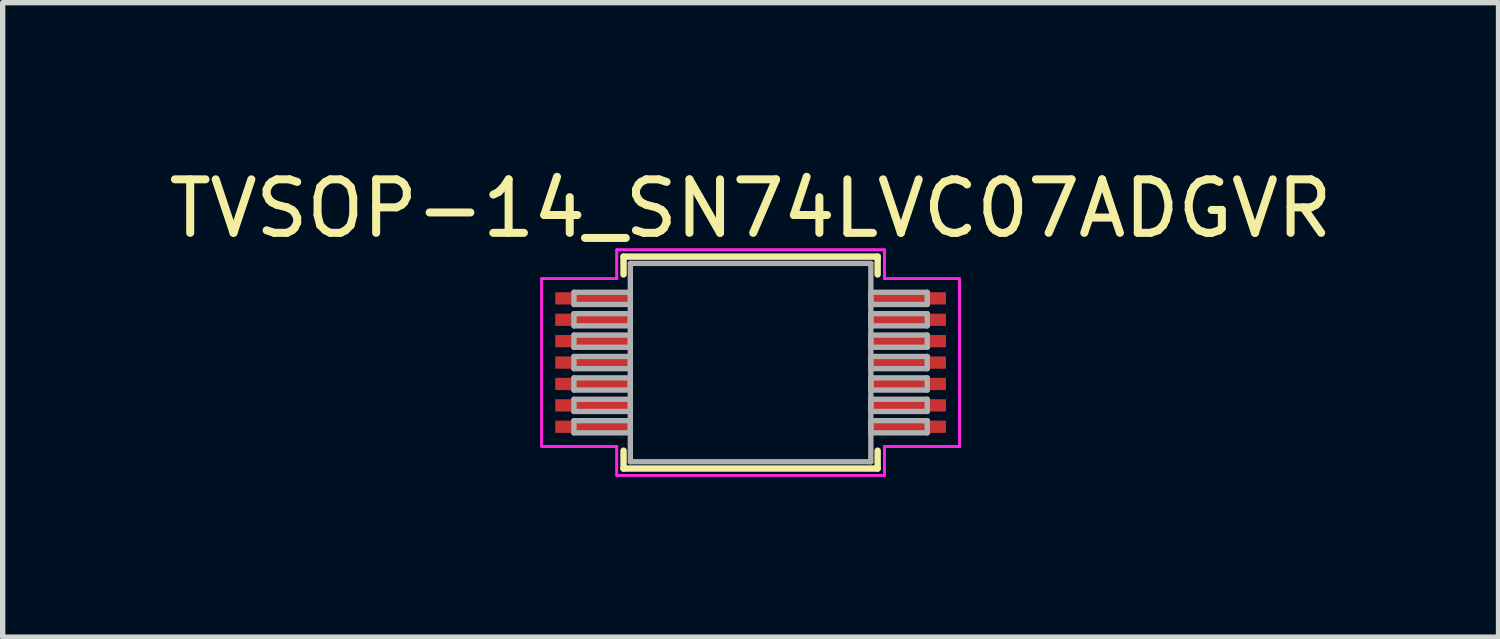
<source format=kicad_pcb>
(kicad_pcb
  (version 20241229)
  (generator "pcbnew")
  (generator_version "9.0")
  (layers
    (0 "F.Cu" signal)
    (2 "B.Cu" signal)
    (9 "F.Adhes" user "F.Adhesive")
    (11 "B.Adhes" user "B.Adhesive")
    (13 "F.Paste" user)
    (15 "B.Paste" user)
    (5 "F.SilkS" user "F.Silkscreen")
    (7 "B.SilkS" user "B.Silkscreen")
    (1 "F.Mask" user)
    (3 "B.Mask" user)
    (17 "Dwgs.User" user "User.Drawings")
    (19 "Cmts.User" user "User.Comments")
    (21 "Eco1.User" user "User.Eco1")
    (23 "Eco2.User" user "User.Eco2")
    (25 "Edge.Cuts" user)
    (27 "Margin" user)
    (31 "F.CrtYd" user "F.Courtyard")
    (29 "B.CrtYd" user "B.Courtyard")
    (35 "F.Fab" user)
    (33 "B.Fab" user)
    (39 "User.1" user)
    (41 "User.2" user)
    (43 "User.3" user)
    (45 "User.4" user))
  (footprint "TVSOP-14_SN74LVC07ADGVR"
    (layer "F.Cu")
    (at 10.982 3.728)
    (property "Reference" "TVSOP-14_SN74LVC07ADGVR" (at 0 -2.88 0) (layer "F.SilkS") (effects (font (size 1 1) (thickness 0.15))))
    (attr through_hole)
    (fp_line (start -2.375 -1.981) (end -2.375 -1.647) (stroke (width 0.12) (type solid)) (layer "F.SilkS"))
    (fp_line (start -2.375 1.647) (end -2.375 1.981) (stroke (width 0.12) (type solid)) (layer "F.SilkS"))
    (fp_line (start -2.375 1.981) (end 2.375 1.981) (stroke (width 0.12) (type solid)) (layer "F.SilkS"))
    (fp_line (start 2.375 -1.981) (end -2.375 -1.981) (stroke (width 0.12) (type solid)) (layer "F.SilkS"))
    (fp_line (start 2.375 -1.647) (end 2.375 -1.981) (stroke (width 0.12) (type solid)) (layer "F.SilkS"))
    (fp_line (start 2.375 1.981) (end 2.375 1.647) (stroke (width 0.12) (type solid)) (layer "F.SilkS"))
    (fp_line (start -3.906 -1.568) (end -2.502 -1.568) (stroke (width 0.05) (type solid)) (layer "F.CrtYd"))
    (fp_line (start -3.906 -1.568) (end -2.502 -1.568) (stroke (width 0.05) (type solid)) (layer "F.CrtYd"))
    (fp_line (start -3.906 1.568) (end -3.906 -1.568) (stroke (width 0.05) (type solid)) (layer "F.CrtYd"))
    (fp_line (start -3.906 1.568) (end -3.906 -1.568) (stroke (width 0.05) (type solid)) (layer "F.CrtYd"))
    (fp_line (start -3.906 1.568) (end -2.502 1.568) (stroke (width 0.05) (type solid)) (layer "F.CrtYd"))
    (fp_line (start -2.502 -2.108) (end 2.502 -2.108) (stroke (width 0.05) (type solid)) (layer "F.CrtYd"))
    (fp_line (start -2.502 -2.108) (end 2.502 -2.108) (stroke (width 0.05) (type solid)) (layer "F.CrtYd"))
    (fp_line (start -2.502 -1.568) (end -2.502 -2.108) (stroke (width 0.05) (type solid)) (layer "F.CrtYd"))
    (fp_line (start -2.502 -1.568) (end -2.502 -2.108) (stroke (width 0.05) (type solid)) (layer "F.CrtYd"))
    (fp_line (start -2.502 1.568) (end -3.906 1.568) (stroke (width 0.05) (type solid)) (layer "F.CrtYd"))
    (fp_line (start -2.502 2.108) (end -2.502 1.568) (stroke (width 0.05) (type solid)) (layer "F.CrtYd"))
    (fp_line (start -2.502 2.108) (end -2.502 1.568) (stroke (width 0.05) (type solid)) (layer "F.CrtYd"))
    (fp_line (start 2.502 -2.108) (end 2.502 -1.568) (stroke (width 0.05) (type solid)) (layer "F.CrtYd"))
    (fp_line (start 2.502 -2.108) (end 2.502 -1.568) (stroke (width 0.05) (type solid)) (layer "F.CrtYd"))
    (fp_line (start 2.502 -1.568) (end 3.906 -1.568) (stroke (width 0.05) (type solid)) (layer "F.CrtYd"))
    (fp_line (start 2.502 1.568) (end 2.502 2.108) (stroke (width 0.05) (type solid)) (layer "F.CrtYd"))
    (fp_line (start 2.502 1.568) (end 2.502 2.108) (stroke (width 0.05) (type solid)) (layer "F.CrtYd"))
    (fp_line (start 2.502 2.108) (end -2.502 2.108) (stroke (width 0.05) (type solid)) (layer "F.CrtYd"))
    (fp_line (start 2.502 2.108) (end -2.502 2.108) (stroke (width 0.05) (type solid)) (layer "F.CrtYd"))
    (fp_line (start 3.906 -1.568) (end 2.502 -1.568) (stroke (width 0.05) (type solid)) (layer "F.CrtYd"))
    (fp_line (start 3.906 -1.568) (end 3.906 1.568) (stroke (width 0.05) (type solid)) (layer "F.CrtYd"))
    (fp_line (start 3.906 -1.568) (end 3.906 1.568) (stroke (width 0.05) (type solid)) (layer "F.CrtYd"))
    (fp_line (start 3.906 1.568) (end 2.502 1.568) (stroke (width 0.05) (type solid)) (layer "F.CrtYd"))
    (fp_line (start 3.906 1.568) (end 2.502 1.568) (stroke (width 0.05) (type solid)) (layer "F.CrtYd"))
    (fp_line (start -3.302 -1.314) (end -3.302 -1.086) (stroke (width 0.1) (type solid)) (layer "F.Fab"))
    (fp_line (start -3.302 -1.086) (end -2.248 -1.086) (stroke (width 0.1) (type solid)) (layer "F.Fab"))
    (fp_line (start -3.302 -0.914) (end -3.302 -0.686) (stroke (width 0.1) (type solid)) (layer "F.Fab"))
    (fp_line (start -3.302 -0.686) (end -2.248 -0.686) (stroke (width 0.1) (type solid)) (layer "F.Fab"))
    (fp_line (start -3.302 -0.514) (end -3.302 -0.286) (stroke (width 0.1) (type solid)) (layer "F.Fab"))
    (fp_line (start -3.302 -0.286) (end -2.248 -0.286) (stroke (width 0.1) (type solid)) (layer "F.Fab"))
    (fp_line (start -3.302 -0.114) (end -3.302 0.114) (stroke (width 0.1) (type solid)) (layer "F.Fab"))
    (fp_line (start -3.302 0.114) (end -2.248 0.114) (stroke (width 0.1) (type solid)) (layer "F.Fab"))
    (fp_line (start -3.302 0.286) (end -3.302 0.514) (stroke (width 0.1) (type solid)) (layer "F.Fab"))
    (fp_line (start -3.302 0.514) (end -2.248 0.514) (stroke (width 0.1) (type solid)) (layer "F.Fab"))
    (fp_line (start -3.302 0.686) (end -3.302 0.914) (stroke (width 0.1) (type solid)) (layer "F.Fab"))
    (fp_line (start -3.302 0.914) (end -2.248 0.914) (stroke (width 0.1) (type solid)) (layer "F.Fab"))
    (fp_line (start -3.302 1.086) (end -3.302 1.314) (stroke (width 0.1) (type solid)) (layer "F.Fab"))
    (fp_line (start -3.302 1.314) (end -2.248 1.314) (stroke (width 0.1) (type solid)) (layer "F.Fab"))
    (fp_line (start -2.248 -1.854) (end -2.248 1.854) (stroke (width 0.1) (type solid)) (layer "F.Fab"))
    (fp_line (start -2.248 -1.314) (end -3.302 -1.314) (stroke (width 0.1) (type solid)) (layer "F.Fab"))
    (fp_line (start -2.248 -1.086) (end -2.248 -1.314) (stroke (width 0.1) (type solid)) (layer "F.Fab"))
    (fp_line (start -2.248 -0.914) (end -3.302 -0.914) (stroke (width 0.1) (type solid)) (layer "F.Fab"))
    (fp_line (start -2.248 -0.686) (end -2.248 -0.914) (stroke (width 0.1) (type solid)) (layer "F.Fab"))
    (fp_line (start -2.248 -0.514) (end -3.302 -0.514) (stroke (width 0.1) (type solid)) (layer "F.Fab"))
    (fp_line (start -2.248 -0.286) (end -2.248 -0.514) (stroke (width 0.1) (type solid)) (layer "F.Fab"))
    (fp_line (start -2.248 -0.114) (end -3.302 -0.114) (stroke (width 0.1) (type solid)) (layer "F.Fab"))
    (fp_line (start -2.248 0.114) (end -2.248 -0.114) (stroke (width 0.1) (type solid)) (layer "F.Fab"))
    (fp_line (start -2.248 0.286) (end -3.302 0.286) (stroke (width 0.1) (type solid)) (layer "F.Fab"))
    (fp_line (start -2.248 0.514) (end -2.248 0.286) (stroke (width 0.1) (type solid)) (layer "F.Fab"))
    (fp_line (start -2.248 0.686) (end -3.302 0.686) (stroke (width 0.1) (type solid)) (layer "F.Fab"))
    (fp_line (start -2.248 0.914) (end -2.248 0.686) (stroke (width 0.1) (type solid)) (layer "F.Fab"))
    (fp_line (start -2.248 1.086) (end -3.302 1.086) (stroke (width 0.1) (type solid)) (layer "F.Fab"))
    (fp_line (start -2.248 1.314) (end -2.248 1.086) (stroke (width 0.1) (type solid)) (layer "F.Fab"))
    (fp_line (start -2.248 1.854) (end 2.248 1.854) (stroke (width 0.1) (type solid)) (layer "F.Fab"))
    (fp_line (start 2.248 -1.854) (end -2.248 -1.854) (stroke (width 0.1) (type solid)) (layer "F.Fab"))
    (fp_line (start 2.248 -1.314) (end 2.248 -1.086) (stroke (width 0.1) (type solid)) (layer "F.Fab"))
    (fp_line (start 2.248 -1.086) (end 3.302 -1.086) (stroke (width 0.1) (type solid)) (layer "F.Fab"))
    (fp_line (start 2.248 -0.914) (end 2.248 -0.686) (stroke (width 0.1) (type solid)) (layer "F.Fab"))
    (fp_line (start 2.248 -0.686) (end 3.302 -0.686) (stroke (width 0.1) (type solid)) (layer "F.Fab"))
    (fp_line (start 2.248 -0.514) (end 2.248 -0.286) (stroke (width 0.1) (type solid)) (layer "F.Fab"))
    (fp_line (start 2.248 -0.286) (end 3.302 -0.286) (stroke (width 0.1) (type solid)) (layer "F.Fab"))
    (fp_line (start 2.248 -0.114) (end 2.248 0.114) (stroke (width 0.1) (type solid)) (layer "F.Fab"))
    (fp_line (start 2.248 0.114) (end 3.302 0.114) (stroke (width 0.1) (type solid)) (layer "F.Fab"))
    (fp_line (start 2.248 0.286) (end 2.248 0.514) (stroke (width 0.1) (type solid)) (layer "F.Fab"))
    (fp_line (start 2.248 0.514) (end 3.302 0.514) (stroke (width 0.1) (type solid)) (layer "F.Fab"))
    (fp_line (start 2.248 0.686) (end 2.248 0.914) (stroke (width 0.1) (type solid)) (layer "F.Fab"))
    (fp_line (start 2.248 0.914) (end 3.302 0.914) (stroke (width 0.1) (type solid)) (layer "F.Fab"))
    (fp_line (start 2.248 1.086) (end 2.248 1.314) (stroke (width 0.1) (type solid)) (layer "F.Fab"))
    (fp_line (start 2.248 1.314) (end 3.302 1.314) (stroke (width 0.1) (type solid)) (layer "F.Fab"))
    (fp_line (start 2.248 1.854) (end 2.248 -1.854) (stroke (width 0.1) (type solid)) (layer "F.Fab"))
    (fp_line (start 3.302 -1.314) (end 2.248 -1.314) (stroke (width 0.1) (type solid)) (layer "F.Fab"))
    (fp_line (start 3.302 -1.086) (end 3.302 -1.314) (stroke (width 0.1) (type solid)) (layer "F.Fab"))
    (fp_line (start 3.302 -0.914) (end 2.248 -0.914) (stroke (width 0.1) (type solid)) (layer "F.Fab"))
    (fp_line (start 3.302 -0.686) (end 3.302 -0.914) (stroke (width 0.1) (type solid)) (layer "F.Fab"))
    (fp_line (start 3.302 -0.514) (end 2.248 -0.514) (stroke (width 0.1) (type solid)) (layer "F.Fab"))
    (fp_line (start 3.302 -0.286) (end 3.302 -0.514) (stroke (width 0.1) (type solid)) (layer "F.Fab"))
    (fp_line (start 3.302 -0.114) (end 2.248 -0.114) (stroke (width 0.1) (type solid)) (layer "F.Fab"))
    (fp_line (start 3.302 0.114) (end 3.302 -0.114) (stroke (width 0.1) (type solid)) (layer "F.Fab"))
    (fp_line (start 3.302 0.286) (end 2.248 0.286) (stroke (width 0.1) (type solid)) (layer "F.Fab"))
    (fp_line (start 3.302 0.514) (end 3.302 0.286) (stroke (width 0.1) (type solid)) (layer "F.Fab"))
    (fp_line (start 3.302 0.686) (end 2.248 0.686) (stroke (width 0.1) (type solid)) (layer "F.Fab"))
    (fp_line (start 3.302 0.914) (end 3.302 0.686) (stroke (width 0.1) (type solid)) (layer "F.Fab"))
    (fp_line (start 3.302 1.086) (end 2.248 1.086) (stroke (width 0.1) (type solid)) (layer "F.Fab"))
    (fp_line (start 3.302 1.314) (end 3.302 1.086) (stroke (width 0.1) (type solid)) (layer "F.Fab"))
    (pad "1" smd rect (at -2.95 -1.2) (size 1.404 0.229) (layers "F.Cu" "F.Mask" "F.Paste"))
    (pad "2" smd rect (at -2.95 -0.8) (size 1.404 0.229) (layers "F.Cu" "F.Mask" "F.Paste"))
    (pad "3" smd rect (at -2.95 -0.4) (size 1.404 0.229) (layers "F.Cu" "F.Mask" "F.Paste"))
    (pad "4" smd rect (at -2.95 0) (size 1.404 0.229) (layers "F.Cu" "F.Mask" "F.Paste"))
    (pad "5" smd rect (at -2.95 0.4) (size 1.404 0.229) (layers "F.Cu" "F.Mask" "F.Paste"))
    (pad "6" smd rect (at -2.95 0.8) (size 1.404 0.229) (layers "F.Cu" "F.Mask" "F.Paste"))
    (pad "7" smd rect (at -2.95 1.2) (size 1.404 0.229) (layers "F.Cu" "F.Mask" "F.Paste"))
    (pad "8" smd rect (at 2.95 1.2) (size 1.404 0.229) (layers "F.Cu" "F.Mask" "F.Paste"))
    (pad "9" smd rect (at 2.95 0.8) (size 1.404 0.229) (layers "F.Cu" "F.Mask" "F.Paste"))
    (pad "10" smd rect (at 2.95 0.4) (size 1.404 0.229) (layers "F.Cu" "F.Mask" "F.Paste"))
    (pad "11" smd rect (at 2.95 0) (size 1.404 0.229) (layers "F.Cu" "F.Mask" "F.Paste"))
    (pad "12" smd rect (at 2.95 -0.4) (size 1.404 0.229) (layers "F.Cu" "F.Mask" "F.Paste"))
    (pad "13" smd rect (at 2.95 -0.8) (size 1.404 0.229) (layers "F.Cu" "F.Mask" "F.Paste"))
    (pad "14" smd rect (at 2.95 -1.2) (size 1.404 0.229) (layers "F.Cu" "F.Mask" "F.Paste")))
  (gr_rect
    (start -3 -3)
    (end 24.964 8.861)
    (stroke (width 0.1) (type default))
    (fill no)
    (layer "Edge.Cuts")))
</source>
